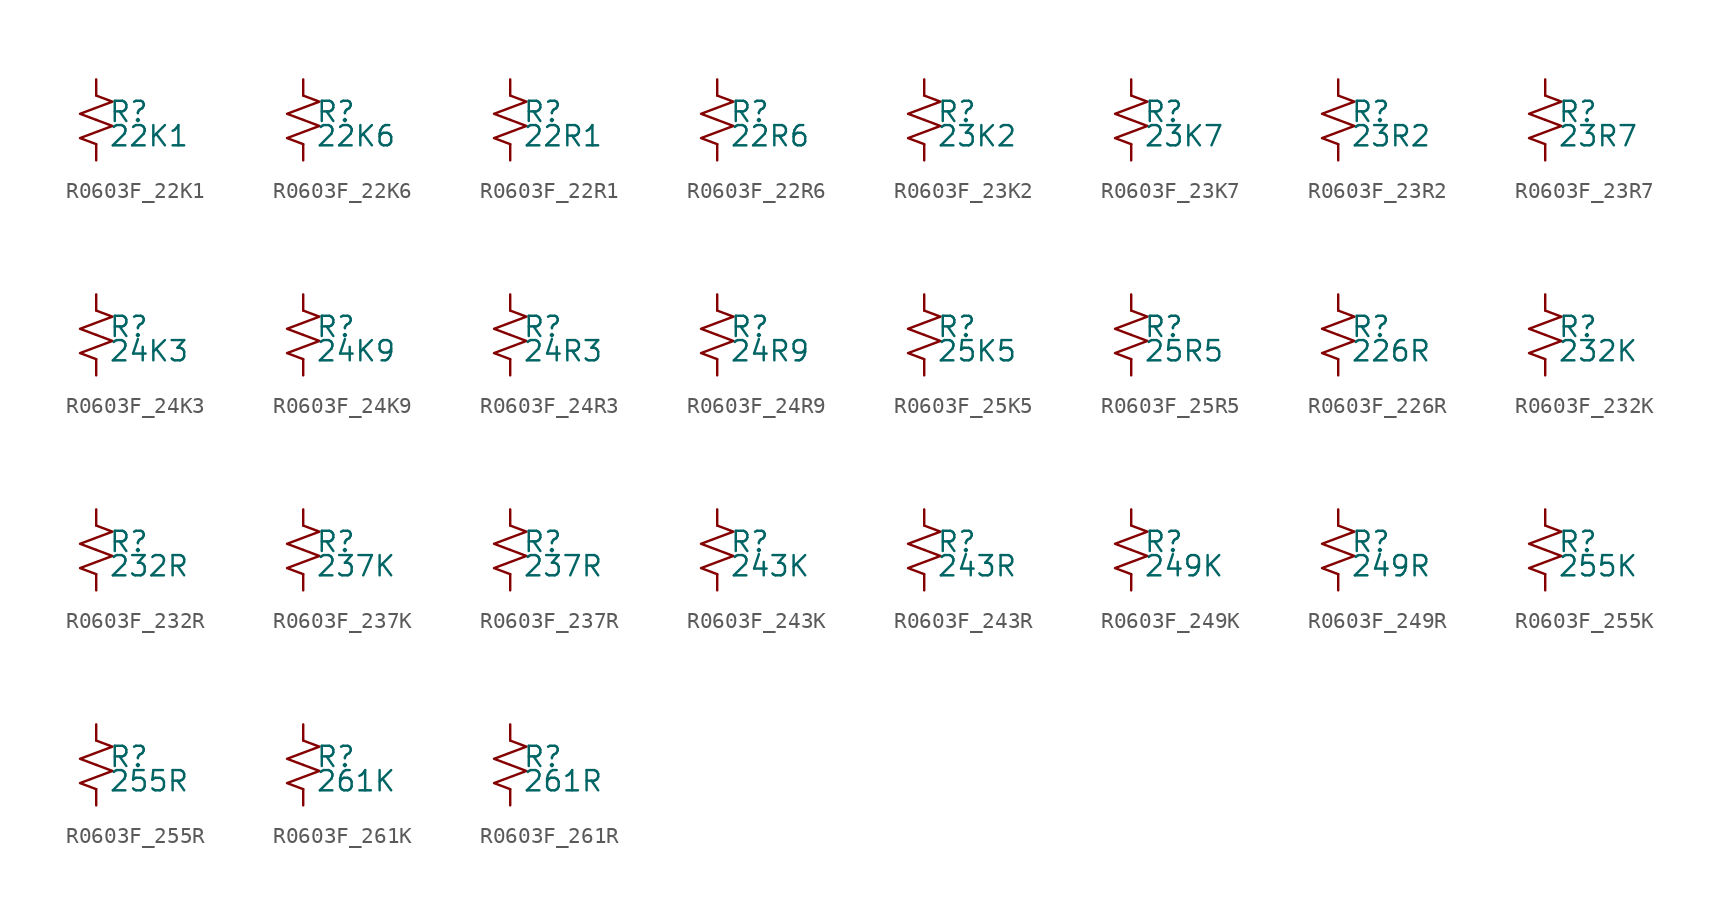
<source format=kicad_sym>
(kicad_symbol_lib
  (version 20220914)
  (generator kicad_symbol_editor)
  (symbol "R0603F_22K1"
    (pin_numbers hide)
    (pin_names
      (offset 0.254) hide)
    (property "Reference" "R"
      (at 0.762 0.508 0)
      (effects (font (size 1.27 1.27)) (justify left)))
    (property "Value" "22K1"
      (at 0.762 -1.016 0)
      (effects (font (size 1.27 1.27)) (justify left)))
    (symbol "R0603F_22K1_1_1"
      (polyline (pts (xy 0 0) (xy 1.016 -0.381) (xy 0 -0.762) (xy -1.016 -1.143) (xy 0 -1.524)) (stroke (width 0) (type default)) (fill (type none)))
      (polyline (pts (xy 0 1.524) (xy 1.016 1.143) (xy 0 0.762) (xy -1.016 0.381) (xy 0 0)) (stroke (width 0) (type default)) (fill (type none)))
      (pin passive line (at 0 2.54 270) (length 1.016) (name "~" (effects (font (size 1.27 1.27)))) (number "1" (effects (font (size 1.27 1.27)))))
      (pin passive line (at 0 -2.54 90) (length 1.016) (name "~" (effects (font (size 1.27 1.27)))) (number "2" (effects (font (size 1.27 1.27)))))))
  (symbol "R0603F_22K6"
    (pin_numbers hide)
    (pin_names
      (offset 0.254) hide)
    (property "Reference" "R"
      (at 0.762 0.508 0)
      (effects (font (size 1.27 1.27)) (justify left)))
    (property "Value" "22K6"
      (at 0.762 -1.016 0)
      (effects (font (size 1.27 1.27)) (justify left)))
    (symbol "R0603F_22K6_1_1"
      (polyline (pts (xy 0 0) (xy 1.016 -0.381) (xy 0 -0.762) (xy -1.016 -1.143) (xy 0 -1.524)) (stroke (width 0) (type default)) (fill (type none)))
      (polyline (pts (xy 0 1.524) (xy 1.016 1.143) (xy 0 0.762) (xy -1.016 0.381) (xy 0 0)) (stroke (width 0) (type default)) (fill (type none)))
      (pin passive line (at 0 2.54 270) (length 1.016) (name "~" (effects (font (size 1.27 1.27)))) (number "1" (effects (font (size 1.27 1.27)))))
      (pin passive line (at 0 -2.54 90) (length 1.016) (name "~" (effects (font (size 1.27 1.27)))) (number "2" (effects (font (size 1.27 1.27)))))))
  (symbol "R0603F_22R1"
    (pin_numbers hide)
    (pin_names
      (offset 0.254) hide)
    (property "Reference" "R"
      (at 0.762 0.508 0)
      (effects (font (size 1.27 1.27)) (justify left)))
    (property "Value" "22R1"
      (at 0.762 -1.016 0)
      (effects (font (size 1.27 1.27)) (justify left)))
    (symbol "R0603F_22R1_1_1"
      (polyline (pts (xy 0 0) (xy 1.016 -0.381) (xy 0 -0.762) (xy -1.016 -1.143) (xy 0 -1.524)) (stroke (width 0) (type default)) (fill (type none)))
      (polyline (pts (xy 0 1.524) (xy 1.016 1.143) (xy 0 0.762) (xy -1.016 0.381) (xy 0 0)) (stroke (width 0) (type default)) (fill (type none)))
      (pin passive line (at 0 2.54 270) (length 1.016) (name "~" (effects (font (size 1.27 1.27)))) (number "1" (effects (font (size 1.27 1.27)))))
      (pin passive line (at 0 -2.54 90) (length 1.016) (name "~" (effects (font (size 1.27 1.27)))) (number "2" (effects (font (size 1.27 1.27)))))))
  (symbol "R0603F_22R6"
    (pin_numbers hide)
    (pin_names
      (offset 0.254) hide)
    (property "Reference" "R"
      (at 0.762 0.508 0)
      (effects (font (size 1.27 1.27)) (justify left)))
    (property "Value" "22R6"
      (at 0.762 -1.016 0)
      (effects (font (size 1.27 1.27)) (justify left)))
    (symbol "R0603F_22R6_1_1"
      (polyline (pts (xy 0 0) (xy 1.016 -0.381) (xy 0 -0.762) (xy -1.016 -1.143) (xy 0 -1.524)) (stroke (width 0) (type default)) (fill (type none)))
      (polyline (pts (xy 0 1.524) (xy 1.016 1.143) (xy 0 0.762) (xy -1.016 0.381) (xy 0 0)) (stroke (width 0) (type default)) (fill (type none)))
      (pin passive line (at 0 2.54 270) (length 1.016) (name "~" (effects (font (size 1.27 1.27)))) (number "1" (effects (font (size 1.27 1.27)))))
      (pin passive line (at 0 -2.54 90) (length 1.016) (name "~" (effects (font (size 1.27 1.27)))) (number "2" (effects (font (size 1.27 1.27)))))))
  (symbol "R0603F_23K2"
    (pin_numbers hide)
    (pin_names
      (offset 0.254) hide)
    (property "Reference" "R"
      (at 0.762 0.508 0)
      (effects (font (size 1.27 1.27)) (justify left)))
    (property "Value" "23K2"
      (at 0.762 -1.016 0)
      (effects (font (size 1.27 1.27)) (justify left)))
    (symbol "R0603F_23K2_1_1"
      (polyline (pts (xy 0 0) (xy 1.016 -0.381) (xy 0 -0.762) (xy -1.016 -1.143) (xy 0 -1.524)) (stroke (width 0) (type default)) (fill (type none)))
      (polyline (pts (xy 0 1.524) (xy 1.016 1.143) (xy 0 0.762) (xy -1.016 0.381) (xy 0 0)) (stroke (width 0) (type default)) (fill (type none)))
      (pin passive line (at 0 2.54 270) (length 1.016) (name "~" (effects (font (size 1.27 1.27)))) (number "1" (effects (font (size 1.27 1.27)))))
      (pin passive line (at 0 -2.54 90) (length 1.016) (name "~" (effects (font (size 1.27 1.27)))) (number "2" (effects (font (size 1.27 1.27)))))))
  (symbol "R0603F_23K7"
    (pin_numbers hide)
    (pin_names
      (offset 0.254) hide)
    (property "Reference" "R"
      (at 0.762 0.508 0)
      (effects (font (size 1.27 1.27)) (justify left)))
    (property "Value" "23K7"
      (at 0.762 -1.016 0)
      (effects (font (size 1.27 1.27)) (justify left)))
    (symbol "R0603F_23K7_1_1"
      (polyline (pts (xy 0 0) (xy 1.016 -0.381) (xy 0 -0.762) (xy -1.016 -1.143) (xy 0 -1.524)) (stroke (width 0) (type default)) (fill (type none)))
      (polyline (pts (xy 0 1.524) (xy 1.016 1.143) (xy 0 0.762) (xy -1.016 0.381) (xy 0 0)) (stroke (width 0) (type default)) (fill (type none)))
      (pin passive line (at 0 2.54 270) (length 1.016) (name "~" (effects (font (size 1.27 1.27)))) (number "1" (effects (font (size 1.27 1.27)))))
      (pin passive line (at 0 -2.54 90) (length 1.016) (name "~" (effects (font (size 1.27 1.27)))) (number "2" (effects (font (size 1.27 1.27)))))))
  (symbol "R0603F_23R2"
    (pin_numbers hide)
    (pin_names
      (offset 0.254) hide)
    (property "Reference" "R"
      (at 0.762 0.508 0)
      (effects (font (size 1.27 1.27)) (justify left)))
    (property "Value" "23R2"
      (at 0.762 -1.016 0)
      (effects (font (size 1.27 1.27)) (justify left)))
    (symbol "R0603F_23R2_1_1"
      (polyline (pts (xy 0 0) (xy 1.016 -0.381) (xy 0 -0.762) (xy -1.016 -1.143) (xy 0 -1.524)) (stroke (width 0) (type default)) (fill (type none)))
      (polyline (pts (xy 0 1.524) (xy 1.016 1.143) (xy 0 0.762) (xy -1.016 0.381) (xy 0 0)) (stroke (width 0) (type default)) (fill (type none)))
      (pin passive line (at 0 2.54 270) (length 1.016) (name "~" (effects (font (size 1.27 1.27)))) (number "1" (effects (font (size 1.27 1.27)))))
      (pin passive line (at 0 -2.54 90) (length 1.016) (name "~" (effects (font (size 1.27 1.27)))) (number "2" (effects (font (size 1.27 1.27)))))))
  (symbol "R0603F_23R7"
    (pin_numbers hide)
    (pin_names
      (offset 0.254) hide)
    (property "Reference" "R"
      (at 0.762 0.508 0)
      (effects (font (size 1.27 1.27)) (justify left)))
    (property "Value" "23R7"
      (at 0.762 -1.016 0)
      (effects (font (size 1.27 1.27)) (justify left)))
    (symbol "R0603F_23R7_1_1"
      (polyline (pts (xy 0 0) (xy 1.016 -0.381) (xy 0 -0.762) (xy -1.016 -1.143) (xy 0 -1.524)) (stroke (width 0) (type default)) (fill (type none)))
      (polyline (pts (xy 0 1.524) (xy 1.016 1.143) (xy 0 0.762) (xy -1.016 0.381) (xy 0 0)) (stroke (width 0) (type default)) (fill (type none)))
      (pin passive line (at 0 2.54 270) (length 1.016) (name "~" (effects (font (size 1.27 1.27)))) (number "1" (effects (font (size 1.27 1.27)))))
      (pin passive line (at 0 -2.54 90) (length 1.016) (name "~" (effects (font (size 1.27 1.27)))) (number "2" (effects (font (size 1.27 1.27)))))))
  (symbol "R0603F_24K3"
    (pin_numbers hide)
    (pin_names
      (offset 0.254) hide)
    (property "Reference" "R"
      (at 0.762 0.508 0)
      (effects (font (size 1.27 1.27)) (justify left)))
    (property "Value" "24K3"
      (at 0.762 -1.016 0)
      (effects (font (size 1.27 1.27)) (justify left)))
    (symbol "R0603F_24K3_1_1"
      (polyline (pts (xy 0 0) (xy 1.016 -0.381) (xy 0 -0.762) (xy -1.016 -1.143) (xy 0 -1.524)) (stroke (width 0) (type default)) (fill (type none)))
      (polyline (pts (xy 0 1.524) (xy 1.016 1.143) (xy 0 0.762) (xy -1.016 0.381) (xy 0 0)) (stroke (width 0) (type default)) (fill (type none)))
      (pin passive line (at 0 2.54 270) (length 1.016) (name "~" (effects (font (size 1.27 1.27)))) (number "1" (effects (font (size 1.27 1.27)))))
      (pin passive line (at 0 -2.54 90) (length 1.016) (name "~" (effects (font (size 1.27 1.27)))) (number "2" (effects (font (size 1.27 1.27)))))))
  (symbol "R0603F_24K9"
    (pin_numbers hide)
    (pin_names
      (offset 0.254) hide)
    (property "Reference" "R"
      (at 0.762 0.508 0)
      (effects (font (size 1.27 1.27)) (justify left)))
    (property "Value" "24K9"
      (at 0.762 -1.016 0)
      (effects (font (size 1.27 1.27)) (justify left)))
    (symbol "R0603F_24K9_1_1"
      (polyline (pts (xy 0 0) (xy 1.016 -0.381) (xy 0 -0.762) (xy -1.016 -1.143) (xy 0 -1.524)) (stroke (width 0) (type default)) (fill (type none)))
      (polyline (pts (xy 0 1.524) (xy 1.016 1.143) (xy 0 0.762) (xy -1.016 0.381) (xy 0 0)) (stroke (width 0) (type default)) (fill (type none)))
      (pin passive line (at 0 2.54 270) (length 1.016) (name "~" (effects (font (size 1.27 1.27)))) (number "1" (effects (font (size 1.27 1.27)))))
      (pin passive line (at 0 -2.54 90) (length 1.016) (name "~" (effects (font (size 1.27 1.27)))) (number "2" (effects (font (size 1.27 1.27)))))))
  (symbol "R0603F_24R3"
    (pin_numbers hide)
    (pin_names
      (offset 0.254) hide)
    (property "Reference" "R"
      (at 0.762 0.508 0)
      (effects (font (size 1.27 1.27)) (justify left)))
    (property "Value" "24R3"
      (at 0.762 -1.016 0)
      (effects (font (size 1.27 1.27)) (justify left)))
    (symbol "R0603F_24R3_1_1"
      (polyline (pts (xy 0 0) (xy 1.016 -0.381) (xy 0 -0.762) (xy -1.016 -1.143) (xy 0 -1.524)) (stroke (width 0) (type default)) (fill (type none)))
      (polyline (pts (xy 0 1.524) (xy 1.016 1.143) (xy 0 0.762) (xy -1.016 0.381) (xy 0 0)) (stroke (width 0) (type default)) (fill (type none)))
      (pin passive line (at 0 2.54 270) (length 1.016) (name "~" (effects (font (size 1.27 1.27)))) (number "1" (effects (font (size 1.27 1.27)))))
      (pin passive line (at 0 -2.54 90) (length 1.016) (name "~" (effects (font (size 1.27 1.27)))) (number "2" (effects (font (size 1.27 1.27)))))))
  (symbol "R0603F_24R9"
    (pin_numbers hide)
    (pin_names
      (offset 0.254) hide)
    (property "Reference" "R"
      (at 0.762 0.508 0)
      (effects (font (size 1.27 1.27)) (justify left)))
    (property "Value" "24R9"
      (at 0.762 -1.016 0)
      (effects (font (size 1.27 1.27)) (justify left)))
    (symbol "R0603F_24R9_1_1"
      (polyline (pts (xy 0 0) (xy 1.016 -0.381) (xy 0 -0.762) (xy -1.016 -1.143) (xy 0 -1.524)) (stroke (width 0) (type default)) (fill (type none)))
      (polyline (pts (xy 0 1.524) (xy 1.016 1.143) (xy 0 0.762) (xy -1.016 0.381) (xy 0 0)) (stroke (width 0) (type default)) (fill (type none)))
      (pin passive line (at 0 2.54 270) (length 1.016) (name "~" (effects (font (size 1.27 1.27)))) (number "1" (effects (font (size 1.27 1.27)))))
      (pin passive line (at 0 -2.54 90) (length 1.016) (name "~" (effects (font (size 1.27 1.27)))) (number "2" (effects (font (size 1.27 1.27)))))))
  (symbol "R0603F_25K5"
    (pin_numbers hide)
    (pin_names
      (offset 0.254) hide)
    (property "Reference" "R"
      (at 0.762 0.508 0)
      (effects (font (size 1.27 1.27)) (justify left)))
    (property "Value" "25K5"
      (at 0.762 -1.016 0)
      (effects (font (size 1.27 1.27)) (justify left)))
    (symbol "R0603F_25K5_1_1"
      (polyline (pts (xy 0 0) (xy 1.016 -0.381) (xy 0 -0.762) (xy -1.016 -1.143) (xy 0 -1.524)) (stroke (width 0) (type default)) (fill (type none)))
      (polyline (pts (xy 0 1.524) (xy 1.016 1.143) (xy 0 0.762) (xy -1.016 0.381) (xy 0 0)) (stroke (width 0) (type default)) (fill (type none)))
      (pin passive line (at 0 2.54 270) (length 1.016) (name "~" (effects (font (size 1.27 1.27)))) (number "1" (effects (font (size 1.27 1.27)))))
      (pin passive line (at 0 -2.54 90) (length 1.016) (name "~" (effects (font (size 1.27 1.27)))) (number "2" (effects (font (size 1.27 1.27)))))))
  (symbol "R0603F_25R5"
    (pin_numbers hide)
    (pin_names
      (offset 0.254) hide)
    (property "Reference" "R"
      (at 0.762 0.508 0)
      (effects (font (size 1.27 1.27)) (justify left)))
    (property "Value" "25R5"
      (at 0.762 -1.016 0)
      (effects (font (size 1.27 1.27)) (justify left)))
    (symbol "R0603F_25R5_1_1"
      (polyline (pts (xy 0 0) (xy 1.016 -0.381) (xy 0 -0.762) (xy -1.016 -1.143) (xy 0 -1.524)) (stroke (width 0) (type default)) (fill (type none)))
      (polyline (pts (xy 0 1.524) (xy 1.016 1.143) (xy 0 0.762) (xy -1.016 0.381) (xy 0 0)) (stroke (width 0) (type default)) (fill (type none)))
      (pin passive line (at 0 2.54 270) (length 1.016) (name "~" (effects (font (size 1.27 1.27)))) (number "1" (effects (font (size 1.27 1.27)))))
      (pin passive line (at 0 -2.54 90) (length 1.016) (name "~" (effects (font (size 1.27 1.27)))) (number "2" (effects (font (size 1.27 1.27)))))))
  (symbol "R0603F_226R"
    (pin_numbers hide)
    (pin_names
      (offset 0.254) hide)
    (property "Reference" "R"
      (at 0.762 0.508 0)
      (effects (font (size 1.27 1.27)) (justify left)))
    (property "Value" "226R"
      (at 0.762 -1.016 0)
      (effects (font (size 1.27 1.27)) (justify left)))
    (symbol "R0603F_226R_1_1"
      (polyline (pts (xy 0 0) (xy 1.016 -0.381) (xy 0 -0.762) (xy -1.016 -1.143) (xy 0 -1.524)) (stroke (width 0) (type default)) (fill (type none)))
      (polyline (pts (xy 0 1.524) (xy 1.016 1.143) (xy 0 0.762) (xy -1.016 0.381) (xy 0 0)) (stroke (width 0) (type default)) (fill (type none)))
      (pin passive line (at 0 2.54 270) (length 1.016) (name "~" (effects (font (size 1.27 1.27)))) (number "1" (effects (font (size 1.27 1.27)))))
      (pin passive line (at 0 -2.54 90) (length 1.016) (name "~" (effects (font (size 1.27 1.27)))) (number "2" (effects (font (size 1.27 1.27)))))))
  (symbol "R0603F_232K"
    (pin_numbers hide)
    (pin_names
      (offset 0.254) hide)
    (property "Reference" "R"
      (at 0.762 0.508 0)
      (effects (font (size 1.27 1.27)) (justify left)))
    (property "Value" "232K"
      (at 0.762 -1.016 0)
      (effects (font (size 1.27 1.27)) (justify left)))
    (symbol "R0603F_232K_1_1"
      (polyline (pts (xy 0 0) (xy 1.016 -0.381) (xy 0 -0.762) (xy -1.016 -1.143) (xy 0 -1.524)) (stroke (width 0) (type default)) (fill (type none)))
      (polyline (pts (xy 0 1.524) (xy 1.016 1.143) (xy 0 0.762) (xy -1.016 0.381) (xy 0 0)) (stroke (width 0) (type default)) (fill (type none)))
      (pin passive line (at 0 2.54 270) (length 1.016) (name "~" (effects (font (size 1.27 1.27)))) (number "1" (effects (font (size 1.27 1.27)))))
      (pin passive line (at 0 -2.54 90) (length 1.016) (name "~" (effects (font (size 1.27 1.27)))) (number "2" (effects (font (size 1.27 1.27)))))))
  (symbol "R0603F_232R"
    (pin_numbers hide)
    (pin_names
      (offset 0.254) hide)
    (property "Reference" "R"
      (at 0.762 0.508 0)
      (effects (font (size 1.27 1.27)) (justify left)))
    (property "Value" "232R"
      (at 0.762 -1.016 0)
      (effects (font (size 1.27 1.27)) (justify left)))
    (symbol "R0603F_232R_1_1"
      (polyline (pts (xy 0 0) (xy 1.016 -0.381) (xy 0 -0.762) (xy -1.016 -1.143) (xy 0 -1.524)) (stroke (width 0) (type default)) (fill (type none)))
      (polyline (pts (xy 0 1.524) (xy 1.016 1.143) (xy 0 0.762) (xy -1.016 0.381) (xy 0 0)) (stroke (width 0) (type default)) (fill (type none)))
      (pin passive line (at 0 2.54 270) (length 1.016) (name "~" (effects (font (size 1.27 1.27)))) (number "1" (effects (font (size 1.27 1.27)))))
      (pin passive line (at 0 -2.54 90) (length 1.016) (name "~" (effects (font (size 1.27 1.27)))) (number "2" (effects (font (size 1.27 1.27)))))))
  (symbol "R0603F_237K"
    (pin_numbers hide)
    (pin_names
      (offset 0.254) hide)
    (property "Reference" "R"
      (at 0.762 0.508 0)
      (effects (font (size 1.27 1.27)) (justify left)))
    (property "Value" "237K"
      (at 0.762 -1.016 0)
      (effects (font (size 1.27 1.27)) (justify left)))
    (symbol "R0603F_237K_1_1"
      (polyline (pts (xy 0 0) (xy 1.016 -0.381) (xy 0 -0.762) (xy -1.016 -1.143) (xy 0 -1.524)) (stroke (width 0) (type default)) (fill (type none)))
      (polyline (pts (xy 0 1.524) (xy 1.016 1.143) (xy 0 0.762) (xy -1.016 0.381) (xy 0 0)) (stroke (width 0) (type default)) (fill (type none)))
      (pin passive line (at 0 2.54 270) (length 1.016) (name "~" (effects (font (size 1.27 1.27)))) (number "1" (effects (font (size 1.27 1.27)))))
      (pin passive line (at 0 -2.54 90) (length 1.016) (name "~" (effects (font (size 1.27 1.27)))) (number "2" (effects (font (size 1.27 1.27)))))))
  (symbol "R0603F_237R"
    (pin_numbers hide)
    (pin_names
      (offset 0.254) hide)
    (property "Reference" "R"
      (at 0.762 0.508 0)
      (effects (font (size 1.27 1.27)) (justify left)))
    (property "Value" "237R"
      (at 0.762 -1.016 0)
      (effects (font (size 1.27 1.27)) (justify left)))
    (symbol "R0603F_237R_1_1"
      (polyline (pts (xy 0 0) (xy 1.016 -0.381) (xy 0 -0.762) (xy -1.016 -1.143) (xy 0 -1.524)) (stroke (width 0) (type default)) (fill (type none)))
      (polyline (pts (xy 0 1.524) (xy 1.016 1.143) (xy 0 0.762) (xy -1.016 0.381) (xy 0 0)) (stroke (width 0) (type default)) (fill (type none)))
      (pin passive line (at 0 2.54 270) (length 1.016) (name "~" (effects (font (size 1.27 1.27)))) (number "1" (effects (font (size 1.27 1.27)))))
      (pin passive line (at 0 -2.54 90) (length 1.016) (name "~" (effects (font (size 1.27 1.27)))) (number "2" (effects (font (size 1.27 1.27)))))))
  (symbol "R0603F_243K"
    (pin_numbers hide)
    (pin_names
      (offset 0.254) hide)
    (property "Reference" "R"
      (at 0.762 0.508 0)
      (effects (font (size 1.27 1.27)) (justify left)))
    (property "Value" "243K"
      (at 0.762 -1.016 0)
      (effects (font (size 1.27 1.27)) (justify left)))
    (symbol "R0603F_243K_1_1"
      (polyline (pts (xy 0 0) (xy 1.016 -0.381) (xy 0 -0.762) (xy -1.016 -1.143) (xy 0 -1.524)) (stroke (width 0) (type default)) (fill (type none)))
      (polyline (pts (xy 0 1.524) (xy 1.016 1.143) (xy 0 0.762) (xy -1.016 0.381) (xy 0 0)) (stroke (width 0) (type default)) (fill (type none)))
      (pin passive line (at 0 2.54 270) (length 1.016) (name "~" (effects (font (size 1.27 1.27)))) (number "1" (effects (font (size 1.27 1.27)))))
      (pin passive line (at 0 -2.54 90) (length 1.016) (name "~" (effects (font (size 1.27 1.27)))) (number "2" (effects (font (size 1.27 1.27)))))))
  (symbol "R0603F_243R"
    (pin_numbers hide)
    (pin_names
      (offset 0.254) hide)
    (property "Reference" "R"
      (at 0.762 0.508 0)
      (effects (font (size 1.27 1.27)) (justify left)))
    (property "Value" "243R"
      (at 0.762 -1.016 0)
      (effects (font (size 1.27 1.27)) (justify left)))
    (symbol "R0603F_243R_1_1"
      (polyline (pts (xy 0 0) (xy 1.016 -0.381) (xy 0 -0.762) (xy -1.016 -1.143) (xy 0 -1.524)) (stroke (width 0) (type default)) (fill (type none)))
      (polyline (pts (xy 0 1.524) (xy 1.016 1.143) (xy 0 0.762) (xy -1.016 0.381) (xy 0 0)) (stroke (width 0) (type default)) (fill (type none)))
      (pin passive line (at 0 2.54 270) (length 1.016) (name "~" (effects (font (size 1.27 1.27)))) (number "1" (effects (font (size 1.27 1.27)))))
      (pin passive line (at 0 -2.54 90) (length 1.016) (name "~" (effects (font (size 1.27 1.27)))) (number "2" (effects (font (size 1.27 1.27)))))))
  (symbol "R0603F_249K"
    (pin_numbers hide)
    (pin_names
      (offset 0.254) hide)
    (property "Reference" "R"
      (at 0.762 0.508 0)
      (effects (font (size 1.27 1.27)) (justify left)))
    (property "Value" "249K"
      (at 0.762 -1.016 0)
      (effects (font (size 1.27 1.27)) (justify left)))
    (symbol "R0603F_249K_1_1"
      (polyline (pts (xy 0 0) (xy 1.016 -0.381) (xy 0 -0.762) (xy -1.016 -1.143) (xy 0 -1.524)) (stroke (width 0) (type default)) (fill (type none)))
      (polyline (pts (xy 0 1.524) (xy 1.016 1.143) (xy 0 0.762) (xy -1.016 0.381) (xy 0 0)) (stroke (width 0) (type default)) (fill (type none)))
      (pin passive line (at 0 2.54 270) (length 1.016) (name "~" (effects (font (size 1.27 1.27)))) (number "1" (effects (font (size 1.27 1.27)))))
      (pin passive line (at 0 -2.54 90) (length 1.016) (name "~" (effects (font (size 1.27 1.27)))) (number "2" (effects (font (size 1.27 1.27)))))))
  (symbol "R0603F_249R"
    (pin_numbers hide)
    (pin_names
      (offset 0.254) hide)
    (property "Reference" "R"
      (at 0.762 0.508 0)
      (effects (font (size 1.27 1.27)) (justify left)))
    (property "Value" "249R"
      (at 0.762 -1.016 0)
      (effects (font (size 1.27 1.27)) (justify left)))
    (symbol "R0603F_249R_1_1"
      (polyline (pts (xy 0 0) (xy 1.016 -0.381) (xy 0 -0.762) (xy -1.016 -1.143) (xy 0 -1.524)) (stroke (width 0) (type default)) (fill (type none)))
      (polyline (pts (xy 0 1.524) (xy 1.016 1.143) (xy 0 0.762) (xy -1.016 0.381) (xy 0 0)) (stroke (width 0) (type default)) (fill (type none)))
      (pin passive line (at 0 2.54 270) (length 1.016) (name "~" (effects (font (size 1.27 1.27)))) (number "1" (effects (font (size 1.27 1.27)))))
      (pin passive line (at 0 -2.54 90) (length 1.016) (name "~" (effects (font (size 1.27 1.27)))) (number "2" (effects (font (size 1.27 1.27)))))))
  (symbol "R0603F_255K"
    (pin_numbers hide)
    (pin_names
      (offset 0.254) hide)
    (property "Reference" "R"
      (at 0.762 0.508 0)
      (effects (font (size 1.27 1.27)) (justify left)))
    (property "Value" "255K"
      (at 0.762 -1.016 0)
      (effects (font (size 1.27 1.27)) (justify left)))
    (symbol "R0603F_255K_1_1"
      (polyline (pts (xy 0 0) (xy 1.016 -0.381) (xy 0 -0.762) (xy -1.016 -1.143) (xy 0 -1.524)) (stroke (width 0) (type default)) (fill (type none)))
      (polyline (pts (xy 0 1.524) (xy 1.016 1.143) (xy 0 0.762) (xy -1.016 0.381) (xy 0 0)) (stroke (width 0) (type default)) (fill (type none)))
      (pin passive line (at 0 2.54 270) (length 1.016) (name "~" (effects (font (size 1.27 1.27)))) (number "1" (effects (font (size 1.27 1.27)))))
      (pin passive line (at 0 -2.54 90) (length 1.016) (name "~" (effects (font (size 1.27 1.27)))) (number "2" (effects (font (size 1.27 1.27)))))))
  (symbol "R0603F_255R"
    (pin_numbers hide)
    (pin_names
      (offset 0.254) hide)
    (property "Reference" "R"
      (at 0.762 0.508 0)
      (effects (font (size 1.27 1.27)) (justify left)))
    (property "Value" "255R"
      (at 0.762 -1.016 0)
      (effects (font (size 1.27 1.27)) (justify left)))
    (symbol "R0603F_255R_1_1"
      (polyline (pts (xy 0 0) (xy 1.016 -0.381) (xy 0 -0.762) (xy -1.016 -1.143) (xy 0 -1.524)) (stroke (width 0) (type default)) (fill (type none)))
      (polyline (pts (xy 0 1.524) (xy 1.016 1.143) (xy 0 0.762) (xy -1.016 0.381) (xy 0 0)) (stroke (width 0) (type default)) (fill (type none)))
      (pin passive line (at 0 2.54 270) (length 1.016) (name "~" (effects (font (size 1.27 1.27)))) (number "1" (effects (font (size 1.27 1.27)))))
      (pin passive line (at 0 -2.54 90) (length 1.016) (name "~" (effects (font (size 1.27 1.27)))) (number "2" (effects (font (size 1.27 1.27)))))))
  (symbol "R0603F_261K"
    (pin_numbers hide)
    (pin_names
      (offset 0.254) hide)
    (property "Reference" "R"
      (at 0.762 0.508 0)
      (effects (font (size 1.27 1.27)) (justify left)))
    (property "Value" "261K"
      (at 0.762 -1.016 0)
      (effects (font (size 1.27 1.27)) (justify left)))
    (symbol "R0603F_261K_1_1"
      (polyline (pts (xy 0 0) (xy 1.016 -0.381) (xy 0 -0.762) (xy -1.016 -1.143) (xy 0 -1.524)) (stroke (width 0) (type default)) (fill (type none)))
      (polyline (pts (xy 0 1.524) (xy 1.016 1.143) (xy 0 0.762) (xy -1.016 0.381) (xy 0 0)) (stroke (width 0) (type default)) (fill (type none)))
      (pin passive line (at 0 2.54 270) (length 1.016) (name "~" (effects (font (size 1.27 1.27)))) (number "1" (effects (font (size 1.27 1.27)))))
      (pin passive line (at 0 -2.54 90) (length 1.016) (name "~" (effects (font (size 1.27 1.27)))) (number "2" (effects (font (size 1.27 1.27)))))))
  (symbol "R0603F_261R"
    (pin_numbers hide)
    (pin_names
      (offset 0.254) hide)
    (property "Reference" "R"
      (at 0.762 0.508 0)
      (effects (font (size 1.27 1.27)) (justify left)))
    (property "Value" "261R"
      (at 0.762 -1.016 0)
      (effects (font (size 1.27 1.27)) (justify left)))
    (symbol "R0603F_261R_1_1"
      (polyline (pts (xy 0 0) (xy 1.016 -0.381) (xy 0 -0.762) (xy -1.016 -1.143) (xy 0 -1.524)) (stroke (width 0) (type default)) (fill (type none)))
      (polyline (pts (xy 0 1.524) (xy 1.016 1.143) (xy 0 0.762) (xy -1.016 0.381) (xy 0 0)) (stroke (width 0) (type default)) (fill (type none)))
      (pin passive line (at 0 2.54 270) (length 1.016) (name "~" (effects (font (size 1.27 1.27)))) (number "1" (effects (font (size 1.27 1.27)))))
      (pin passive line (at 0 -2.54 90) (length 1.016) (name "~" (effects (font (size 1.27 1.27)))) (number "2" (effects (font (size 1.27 1.27))))))))
</source>
